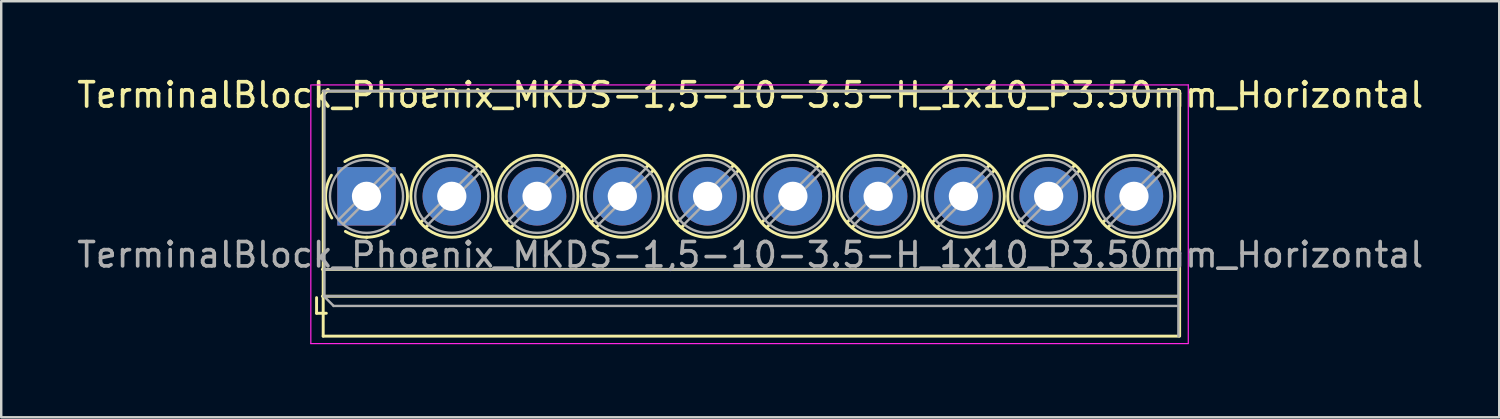
<source format=kicad_pcb>
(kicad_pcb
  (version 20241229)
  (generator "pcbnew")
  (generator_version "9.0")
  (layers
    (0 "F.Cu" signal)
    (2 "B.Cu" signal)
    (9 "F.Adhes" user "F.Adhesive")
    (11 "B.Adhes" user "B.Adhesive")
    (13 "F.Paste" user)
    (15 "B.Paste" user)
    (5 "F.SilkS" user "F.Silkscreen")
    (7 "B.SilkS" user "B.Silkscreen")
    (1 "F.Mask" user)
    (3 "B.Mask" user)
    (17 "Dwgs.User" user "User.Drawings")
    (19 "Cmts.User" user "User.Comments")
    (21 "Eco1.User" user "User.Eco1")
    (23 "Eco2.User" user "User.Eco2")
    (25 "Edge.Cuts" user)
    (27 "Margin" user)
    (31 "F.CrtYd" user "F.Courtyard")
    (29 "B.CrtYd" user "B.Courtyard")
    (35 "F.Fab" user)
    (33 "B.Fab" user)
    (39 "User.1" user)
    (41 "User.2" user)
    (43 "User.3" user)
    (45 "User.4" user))
  (footprint "TerminalBlock_Phoenix_MKDS-1,5-10-3.5-H_1x10_P3.50mm_Horizontal"
    (layer "F.Cu")
    (at 11.994 5.008)
    (property "Reference" "TerminalBlock_Phoenix_MKDS-1,5-10-3.5-H_1x10_P3.50mm_Horizontal" (at 15.75 -4.16 0) (layer "F.SilkS") (effects (font (size 1 1) (thickness 0.15))))
    (attr through_hole)
    (fp_line (start -2.05 4.16) (end -2.05 4.8) (stroke (width 0.12) (type solid)) (layer "F.SilkS"))
    (fp_line (start -2.05 4.8) (end -1.65 4.8) (stroke (width 0.12) (type solid)) (layer "F.SilkS"))
    (fp_line (start -1.81 3) (end 33.31 3) (stroke (width 0.12) (type solid)) (layer "F.SilkS"))
    (fp_line (start -1.81 4.1) (end 33.31 4.1) (stroke (width 0.12) (type solid)) (layer "F.SilkS"))
    (fp_line (start -1.778 -4.318) (end -1.778 5.74) (stroke (width 0.12) (type solid)) (layer "F.SilkS"))
    (fp_line (start -1.778 -4.318) (end 33.342 -4.318) (stroke (width 0.12) (type solid)) (layer "F.SilkS"))
    (fp_line (start -1.778 5.74) (end 33.342 5.74) (stroke (width 0.12) (type solid)) (layer "F.SilkS"))
    (fp_line (start 2.355 0.941) (end 2.226 1.069) (stroke (width 0.12) (type solid)) (layer "F.SilkS"))
    (fp_line (start 2.525 1.181) (end 2.431 1.274) (stroke (width 0.12) (type solid)) (layer "F.SilkS"))
    (fp_line (start 4.57 -1.275) (end 4.476 -1.181) (stroke (width 0.12) (type solid)) (layer "F.SilkS"))
    (fp_line (start 4.775 -1.069) (end 4.646 -0.941) (stroke (width 0.12) (type solid)) (layer "F.SilkS"))
    (fp_line (start 5.855 0.941) (end 5.726 1.069) (stroke (width 0.12) (type solid)) (layer "F.SilkS"))
    (fp_line (start 6.025 1.181) (end 5.931 1.274) (stroke (width 0.12) (type solid)) (layer "F.SilkS"))
    (fp_line (start 8.07 -1.275) (end 7.976 -1.181) (stroke (width 0.12) (type solid)) (layer "F.SilkS"))
    (fp_line (start 8.275 -1.069) (end 8.146 -0.941) (stroke (width 0.12) (type solid)) (layer "F.SilkS"))
    (fp_line (start 9.355 0.941) (end 9.226 1.069) (stroke (width 0.12) (type solid)) (layer "F.SilkS"))
    (fp_line (start 9.525 1.181) (end 9.431 1.274) (stroke (width 0.12) (type solid)) (layer "F.SilkS"))
    (fp_line (start 11.57 -1.275) (end 11.476 -1.181) (stroke (width 0.12) (type solid)) (layer "F.SilkS"))
    (fp_line (start 11.775 -1.069) (end 11.646 -0.941) (stroke (width 0.12) (type solid)) (layer "F.SilkS"))
    (fp_line (start 12.855 0.941) (end 12.726 1.069) (stroke (width 0.12) (type solid)) (layer "F.SilkS"))
    (fp_line (start 13.025 1.181) (end 12.931 1.274) (stroke (width 0.12) (type solid)) (layer "F.SilkS"))
    (fp_line (start 15.07 -1.275) (end 14.976 -1.181) (stroke (width 0.12) (type solid)) (layer "F.SilkS"))
    (fp_line (start 15.275 -1.069) (end 15.146 -0.941) (stroke (width 0.12) (type solid)) (layer "F.SilkS"))
    (fp_line (start 16.355 0.941) (end 16.226 1.069) (stroke (width 0.12) (type solid)) (layer "F.SilkS"))
    (fp_line (start 16.525 1.181) (end 16.431 1.274) (stroke (width 0.12) (type solid)) (layer "F.SilkS"))
    (fp_line (start 18.57 -1.275) (end 18.476 -1.181) (stroke (width 0.12) (type solid)) (layer "F.SilkS"))
    (fp_line (start 18.775 -1.069) (end 18.646 -0.941) (stroke (width 0.12) (type solid)) (layer "F.SilkS"))
    (fp_line (start 19.855 0.941) (end 19.726 1.069) (stroke (width 0.12) (type solid)) (layer "F.SilkS"))
    (fp_line (start 20.025 1.181) (end 19.931 1.274) (stroke (width 0.12) (type solid)) (layer "F.SilkS"))
    (fp_line (start 22.07 -1.275) (end 21.976 -1.181) (stroke (width 0.12) (type solid)) (layer "F.SilkS"))
    (fp_line (start 22.275 -1.069) (end 22.146 -0.941) (stroke (width 0.12) (type solid)) (layer "F.SilkS"))
    (fp_line (start 23.355 0.941) (end 23.226 1.069) (stroke (width 0.12) (type solid)) (layer "F.SilkS"))
    (fp_line (start 23.525 1.181) (end 23.431 1.274) (stroke (width 0.12) (type solid)) (layer "F.SilkS"))
    (fp_line (start 25.57 -1.275) (end 25.476 -1.181) (stroke (width 0.12) (type solid)) (layer "F.SilkS"))
    (fp_line (start 25.775 -1.069) (end 25.646 -0.941) (stroke (width 0.12) (type solid)) (layer "F.SilkS"))
    (fp_line (start 26.855 0.941) (end 26.726 1.069) (stroke (width 0.12) (type solid)) (layer "F.SilkS"))
    (fp_line (start 27.025 1.181) (end 26.931 1.274) (stroke (width 0.12) (type solid)) (layer "F.SilkS"))
    (fp_line (start 29.07 -1.275) (end 28.976 -1.181) (stroke (width 0.12) (type solid)) (layer "F.SilkS"))
    (fp_line (start 29.275 -1.069) (end 29.146 -0.941) (stroke (width 0.12) (type solid)) (layer "F.SilkS"))
    (fp_line (start 30.355 0.941) (end 30.226 1.069) (stroke (width 0.12) (type solid)) (layer "F.SilkS"))
    (fp_line (start 30.525 1.181) (end 30.431 1.274) (stroke (width 0.12) (type solid)) (layer "F.SilkS"))
    (fp_line (start 32.57 -1.275) (end 32.476 -1.181) (stroke (width 0.12) (type solid)) (layer "F.SilkS"))
    (fp_line (start 32.775 -1.069) (end 32.646 -0.941) (stroke (width 0.12) (type solid)) (layer "F.SilkS"))
    (fp_line (start 33.376 -4.318) (end 33.376 5.74) (stroke (width 0.12) (type solid)) (layer "F.SilkS"))
    (fp_arc (start -1.425358 0.889894) (mid -1.680286 0.014012) (end -1.44 -0.866) (stroke (width 0.12) (type solid)) (layer "F.SilkS"))
    (fp_arc (start -0.889894 -1.425358) (mid -0.014012 -1.680286) (end 0.866 -1.44) (stroke (width 0.12) (type solid)) (layer "F.SilkS"))
    (fp_arc (start 0.028674 1.680099) (mid -0.435535 1.622918) (end -0.866 1.44) (stroke (width 0.12) (type solid)) (layer "F.SilkS"))
    (fp_arc (start 0.890264 1.424721) (mid 0.463071 1.61492) (end 0 1.68) (stroke (width 0.12) (type solid)) (layer "F.SilkS"))
    (fp_arc (start 1.425504 -0.890193) (mid 1.680626 0.000476) (end 1.425 0.891) (stroke (width 0.12) (type solid)) (layer "F.SilkS"))
    (fp_circle (center 3.5 0) (end 5.18 0) (stroke (width 0.12) (type solid)) (fill no) (layer "F.SilkS"))
    (fp_circle (center 7 0) (end 8.68 0) (stroke (width 0.12) (type solid)) (fill no) (layer "F.SilkS"))
    (fp_circle (center 10.5 0) (end 12.18 0) (stroke (width 0.12) (type solid)) (fill no) (layer "F.SilkS"))
    (fp_circle (center 14 0) (end 15.68 0) (stroke (width 0.12) (type solid)) (fill no) (layer "F.SilkS"))
    (fp_circle (center 17.5 0) (end 19.18 0) (stroke (width 0.12) (type solid)) (fill no) (layer "F.SilkS"))
    (fp_circle (center 21 0) (end 22.68 0) (stroke (width 0.12) (type solid)) (fill no) (layer "F.SilkS"))
    (fp_circle (center 24.5 0) (end 26.18 0) (stroke (width 0.12) (type solid)) (fill no) (layer "F.SilkS"))
    (fp_circle (center 28 0) (end 29.68 0) (stroke (width 0.12) (type solid)) (fill no) (layer "F.SilkS"))
    (fp_circle (center 31.5 0) (end 33.18 0) (stroke (width 0.12) (type solid)) (fill no) (layer "F.SilkS"))
    (fp_line (start -2.286 -4.572) (end -2.286 6.045) (stroke (width 0.05) (type solid)) (layer "F.CrtYd"))
    (fp_line (start -2.286 6.045) (end 33.714 6.045) (stroke (width 0.05) (type solid)) (layer "F.CrtYd"))
    (fp_line (start 33.731 -4.572) (end -2.25 -4.572) (stroke (width 0.05) (type solid)) (layer "F.CrtYd"))
    (fp_line (start 33.731 6.045) (end 33.731 -4.572) (stroke (width 0.05) (type solid)) (layer "F.CrtYd"))
    (fp_line (start -1.778 -4.318) (end 33.222 -4.318) (stroke (width 0.1) (type solid)) (layer "F.Fab"))
    (fp_line (start -1.75 3) (end 33.25 3) (stroke (width 0.1) (type solid)) (layer "F.Fab"))
    (fp_line (start -1.75 4.1) (end 33.25 4.1) (stroke (width 0.1) (type solid)) (layer "F.Fab"))
    (fp_line (start -1.727 4.064) (end -1.727 -4.318) (stroke (width 0.1) (type solid)) (layer "F.Fab"))
    (fp_line (start -1.35 4.5) (end -1.75 4.1) (stroke (width 0.1) (type solid)) (layer "F.Fab"))
    (fp_line (start 0.955 -1.138) (end -1.138 0.955) (stroke (width 0.1) (type solid)) (layer "F.Fab"))
    (fp_line (start 1.138 -0.955) (end -0.955 1.138) (stroke (width 0.1) (type solid)) (layer "F.Fab"))
    (fp_line (start 4.455 -1.138) (end 2.363 0.955) (stroke (width 0.1) (type solid)) (layer "F.Fab"))
    (fp_line (start 4.638 -0.955) (end 2.546 1.138) (stroke (width 0.1) (type solid)) (layer "F.Fab"))
    (fp_line (start 7.955 -1.138) (end 5.863 0.955) (stroke (width 0.1) (type solid)) (layer "F.Fab"))
    (fp_line (start 8.138 -0.955) (end 6.046 1.138) (stroke (width 0.1) (type solid)) (layer "F.Fab"))
    (fp_line (start 11.455 -1.138) (end 9.363 0.955) (stroke (width 0.1) (type solid)) (layer "F.Fab"))
    (fp_line (start 11.638 -0.955) (end 9.546 1.138) (stroke (width 0.1) (type solid)) (layer "F.Fab"))
    (fp_line (start 14.955 -1.138) (end 12.863 0.955) (stroke (width 0.1) (type solid)) (layer "F.Fab"))
    (fp_line (start 15.138 -0.955) (end 13.046 1.138) (stroke (width 0.1) (type solid)) (layer "F.Fab"))
    (fp_line (start 18.455 -1.138) (end 16.363 0.955) (stroke (width 0.1) (type solid)) (layer "F.Fab"))
    (fp_line (start 18.638 -0.955) (end 16.546 1.138) (stroke (width 0.1) (type solid)) (layer "F.Fab"))
    (fp_line (start 21.955 -1.138) (end 19.863 0.955) (stroke (width 0.1) (type solid)) (layer "F.Fab"))
    (fp_line (start 22.138 -0.955) (end 20.046 1.138) (stroke (width 0.1) (type solid)) (layer "F.Fab"))
    (fp_line (start 25.455 -1.138) (end 23.363 0.955) (stroke (width 0.1) (type solid)) (layer "F.Fab"))
    (fp_line (start 25.638 -0.955) (end 23.546 1.138) (stroke (width 0.1) (type solid)) (layer "F.Fab"))
    (fp_line (start 28.955 -1.138) (end 26.863 0.955) (stroke (width 0.1) (type solid)) (layer "F.Fab"))
    (fp_line (start 29.138 -0.955) (end 27.046 1.138) (stroke (width 0.1) (type solid)) (layer "F.Fab"))
    (fp_line (start 32.455 -1.138) (end 30.363 0.955) (stroke (width 0.1) (type solid)) (layer "F.Fab"))
    (fp_line (start 32.638 -0.955) (end 30.546 1.138) (stroke (width 0.1) (type solid)) (layer "F.Fab"))
    (fp_line (start 33.25 4.5) (end -1.35 4.5) (stroke (width 0.1) (type solid)) (layer "F.Fab"))
    (fp_line (start 33.325 -4.318) (end 33.325 5.74) (stroke (width 0.1) (type solid)) (layer "F.Fab"))
    (fp_circle (center 0 0) (end 1.5 0) (stroke (width 0.1) (type solid)) (fill no) (layer "F.Fab"))
    (fp_circle (center 3.5 0) (end 5 0) (stroke (width 0.1) (type solid)) (fill no) (layer "F.Fab"))
    (fp_circle (center 7 0) (end 8.5 0) (stroke (width 0.1) (type solid)) (fill no) (layer "F.Fab"))
    (fp_circle (center 10.5 0) (end 12 0) (stroke (width 0.1) (type solid)) (fill no) (layer "F.Fab"))
    (fp_circle (center 14 0) (end 15.5 0) (stroke (width 0.1) (type solid)) (fill no) (layer "F.Fab"))
    (fp_circle (center 17.5 0) (end 19 0) (stroke (width 0.1) (type solid)) (fill no) (layer "F.Fab"))
    (fp_circle (center 21 0) (end 22.5 0) (stroke (width 0.1) (type solid)) (fill no) (layer "F.Fab"))
    (fp_circle (center 24.5 0) (end 26 0) (stroke (width 0.1) (type solid)) (fill no) (layer "F.Fab"))
    (fp_circle (center 28 0) (end 29.5 0) (stroke (width 0.1) (type solid)) (fill no) (layer "F.Fab"))
    (fp_circle (center 31.5 0) (end 33 0) (stroke (width 0.1) (type solid)) (fill no) (layer "F.Fab"))
    (fp_text user "${REFERENCE}" (at 15.75 2.4 0) (layer "F.Fab") (effects (font (size 1 1) (thickness 0.15))))
    (pad "1" thru_hole rect (at 0 0) (size 2.4 2.4) (drill 1.2) (layers "*.Cu" "*.Mask"))
    (pad "2" thru_hole circle (at 3.5 0) (size 2.4 2.4) (drill 1.2) (layers "*.Cu" "*.Mask"))
    (pad "3" thru_hole circle (at 7 0) (size 2.4 2.4) (drill 1.2) (layers "*.Cu" "*.Mask"))
    (pad "4" thru_hole circle (at 10.5 0) (size 2.4 2.4) (drill 1.2) (layers "*.Cu" "*.Mask"))
    (pad "5" thru_hole circle (at 14 0) (size 2.4 2.4) (drill 1.2) (layers "*.Cu" "*.Mask"))
    (pad "6" thru_hole circle (at 17.5 0) (size 2.4 2.4) (drill 1.2) (layers "*.Cu" "*.Mask"))
    (pad "7" thru_hole circle (at 21 0) (size 2.4 2.4) (drill 1.2) (layers "*.Cu" "*.Mask"))
    (pad "8" thru_hole circle (at 24.5 0) (size 2.4 2.4) (drill 1.2) (layers "*.Cu" "*.Mask"))
    (pad "9" thru_hole circle (at 28 0) (size 2.4 2.4) (drill 1.2) (layers "*.Cu" "*.Mask"))
    (pad "10" thru_hole circle (at 31.5 0) (size 2.4 2.4) (drill 1.2) (layers "*.Cu" "*.Mask")))
  (gr_rect
    (start -3 -3)
    (end 58.488 14.078)
    (stroke (width 0.1) (type default))
    (fill no)
    (layer "Edge.Cuts")))
</source>
